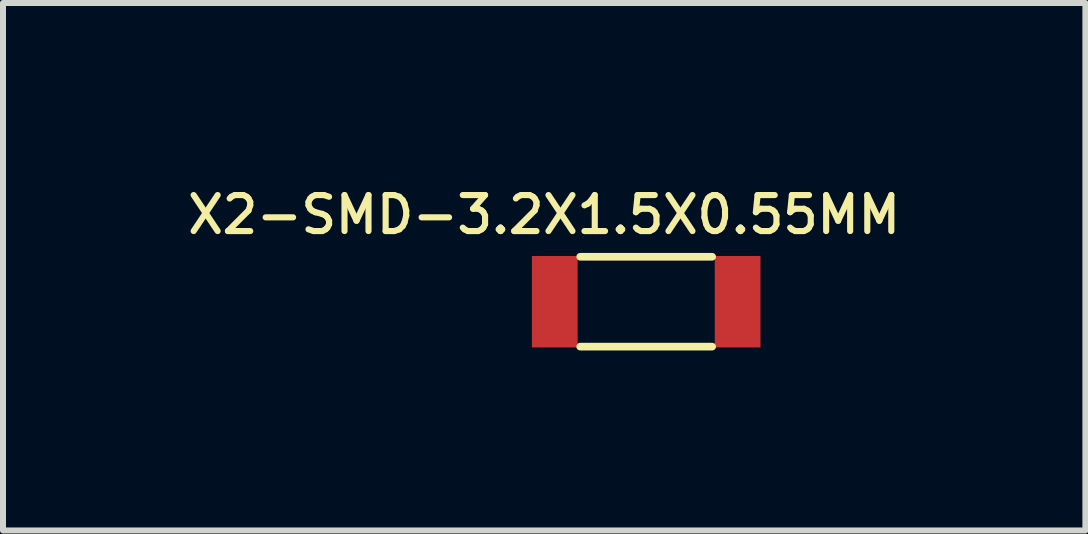
<source format=kicad_pcb>
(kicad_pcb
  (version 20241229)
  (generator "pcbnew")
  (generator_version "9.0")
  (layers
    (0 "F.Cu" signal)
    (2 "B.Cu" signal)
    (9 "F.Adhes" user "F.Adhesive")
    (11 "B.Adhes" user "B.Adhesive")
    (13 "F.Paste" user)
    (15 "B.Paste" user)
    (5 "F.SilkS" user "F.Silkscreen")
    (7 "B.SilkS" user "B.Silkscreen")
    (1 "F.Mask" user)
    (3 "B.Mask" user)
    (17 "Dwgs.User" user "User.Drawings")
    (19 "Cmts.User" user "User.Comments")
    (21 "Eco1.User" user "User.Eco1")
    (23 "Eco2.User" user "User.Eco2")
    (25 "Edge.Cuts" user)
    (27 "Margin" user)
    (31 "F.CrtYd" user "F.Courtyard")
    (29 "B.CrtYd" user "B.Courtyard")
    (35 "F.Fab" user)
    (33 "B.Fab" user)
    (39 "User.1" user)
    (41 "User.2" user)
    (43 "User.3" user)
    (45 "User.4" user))
  (footprint "X2-SMD-3.2X1.5X0.55MM"
    (layer "F.Cu")
    (at 7.721 1.979)
    (property "Reference" "X2-SMD-3.2X1.5X0.55MM" (at -1.7 -1.45 0) (layer "F.SilkS") (effects (font (size 0.6 0.6) (thickness 0.102))))
    (attr smd)
    (fp_line (start -1.1 -0.749) (end 1.1 -0.749) (stroke (width 0.127) (type solid)) (layer "F.SilkS"))
    (fp_line (start 1.1 0.749) (end -1.1 0.749) (stroke (width 0.127) (type solid)) (layer "F.SilkS"))
    (pad "1" smd rect (at -1.524 0 90) (size 1.524 0.762) (layers "F.Cu" "F.Mask" "F.Paste"))
    (pad "2" smd rect (at 1.524 0 90) (size 1.524 0.762) (layers "F.Cu" "F.Mask" "F.Paste")))
  (gr_rect
    (start -3 -3)
    (end 15.042 5.792)
    (stroke (width 0.1) (type default))
    (fill no)
    (layer "Edge.Cuts")))
</source>
